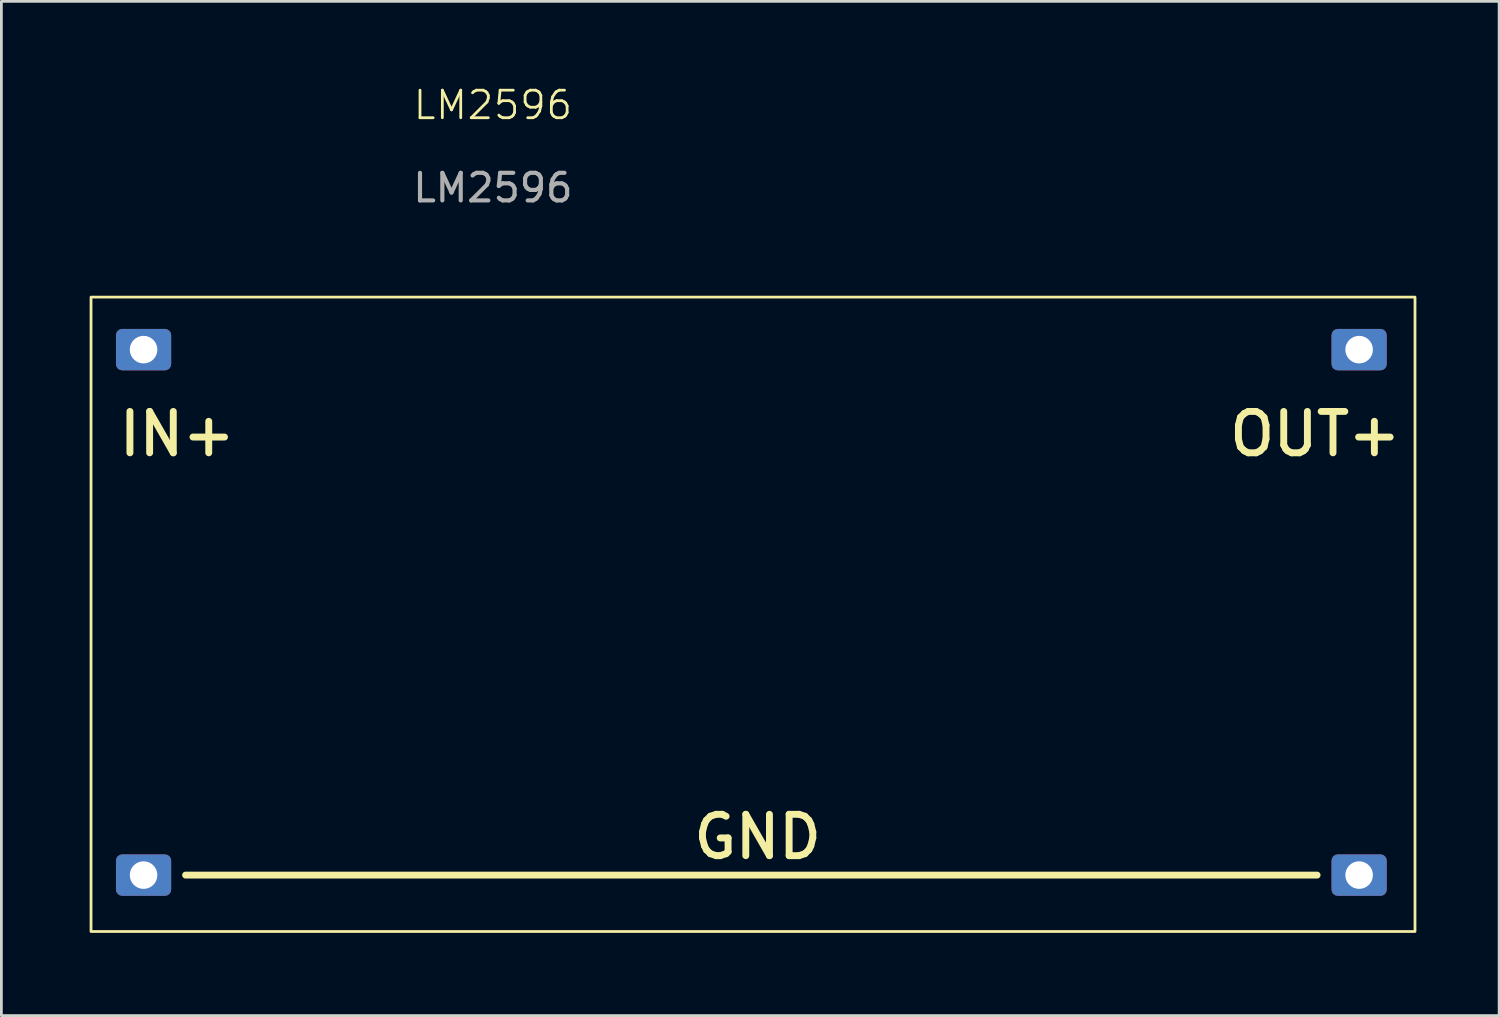
<source format=kicad_pcb>
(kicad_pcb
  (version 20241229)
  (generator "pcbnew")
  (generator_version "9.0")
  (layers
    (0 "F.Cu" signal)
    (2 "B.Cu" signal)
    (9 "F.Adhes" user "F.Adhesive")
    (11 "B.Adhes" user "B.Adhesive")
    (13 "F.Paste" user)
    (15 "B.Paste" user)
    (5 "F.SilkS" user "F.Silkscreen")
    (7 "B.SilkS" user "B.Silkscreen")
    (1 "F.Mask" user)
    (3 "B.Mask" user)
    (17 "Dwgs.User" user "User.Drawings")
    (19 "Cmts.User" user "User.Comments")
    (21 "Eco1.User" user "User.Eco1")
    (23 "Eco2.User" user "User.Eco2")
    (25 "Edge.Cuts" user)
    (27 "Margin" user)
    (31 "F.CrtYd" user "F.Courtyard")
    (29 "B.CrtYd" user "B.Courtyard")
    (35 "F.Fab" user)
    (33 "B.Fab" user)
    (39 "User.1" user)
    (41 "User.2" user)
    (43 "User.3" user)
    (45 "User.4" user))
  (footprint "LM2596"
    (layer "F.Cu")
    (at 0.25 7.721)
    (property "Reference" "LM2596" (at 14.57 -6.96 0) (unlocked yes) (layer "F.SilkS") (effects (font (size 1 1) (thickness 0.1))))
    (attr smd)
    (fp_line (start 3.429 20.955) (end 44.45 20.955) (stroke (width 0.25) (type solid)) (layer "F.SilkS"))
    (fp_rect (start 0 0) (end 48 23) (stroke (width 0.1) (type solid)) (fill no) (layer "F.SilkS"))
    (fp_text user "IN+" (at 0.889 5.842 0) (unlocked yes) (layer "F.SilkS") (effects (font (size 1.5 1.5) (thickness 0.25)) (justify left bottom)))
    (fp_text user "GND" (at 21.717 20.447 0) (unlocked yes) (layer "F.SilkS") (effects (font (size 1.5 1.5) (thickness 0.25)) (justify left bottom)))
    (fp_text user "OUT+" (at 41.148 5.842 0) (unlocked yes) (layer "F.SilkS") (effects (font (size 1.5 1.5) (thickness 0.25)) (justify left bottom)))
    (fp_text user "${REFERENCE}" (at 14.57 -3.96 0) (unlocked yes) (layer "F.Fab") (effects (font (size 1 1) (thickness 0.15))))
    (pad "1" thru_hole roundrect (at 1.905 1.905 180) (size 2 1.5) (drill 1) (layers "*.Cu" "*.Mask") (roundrect_rratio 0.15))
    (pad "2" thru_hole roundrect (at 45.974 1.905 180) (size 2 1.5) (drill 1) (layers "*.Cu" "*.Mask") (roundrect_rratio 0.15))
    (pad "3" thru_hole roundrect (at 1.905 20.955 180) (size 2 1.5) (drill 1) (layers "*.Cu" "*.Mask") (roundrect_rratio 0.15))
    (pad "3" thru_hole roundrect (at 45.974 20.955 180) (size 2 1.5) (drill 1) (layers "*.Cu" "*.Mask") (roundrect_rratio 0.15)))
  (gr_rect
    (start -3 -3)
    (end 51.3 33.77)
    (stroke (width 0.1) (type default))
    (fill no)
    (layer "Edge.Cuts")))
</source>
